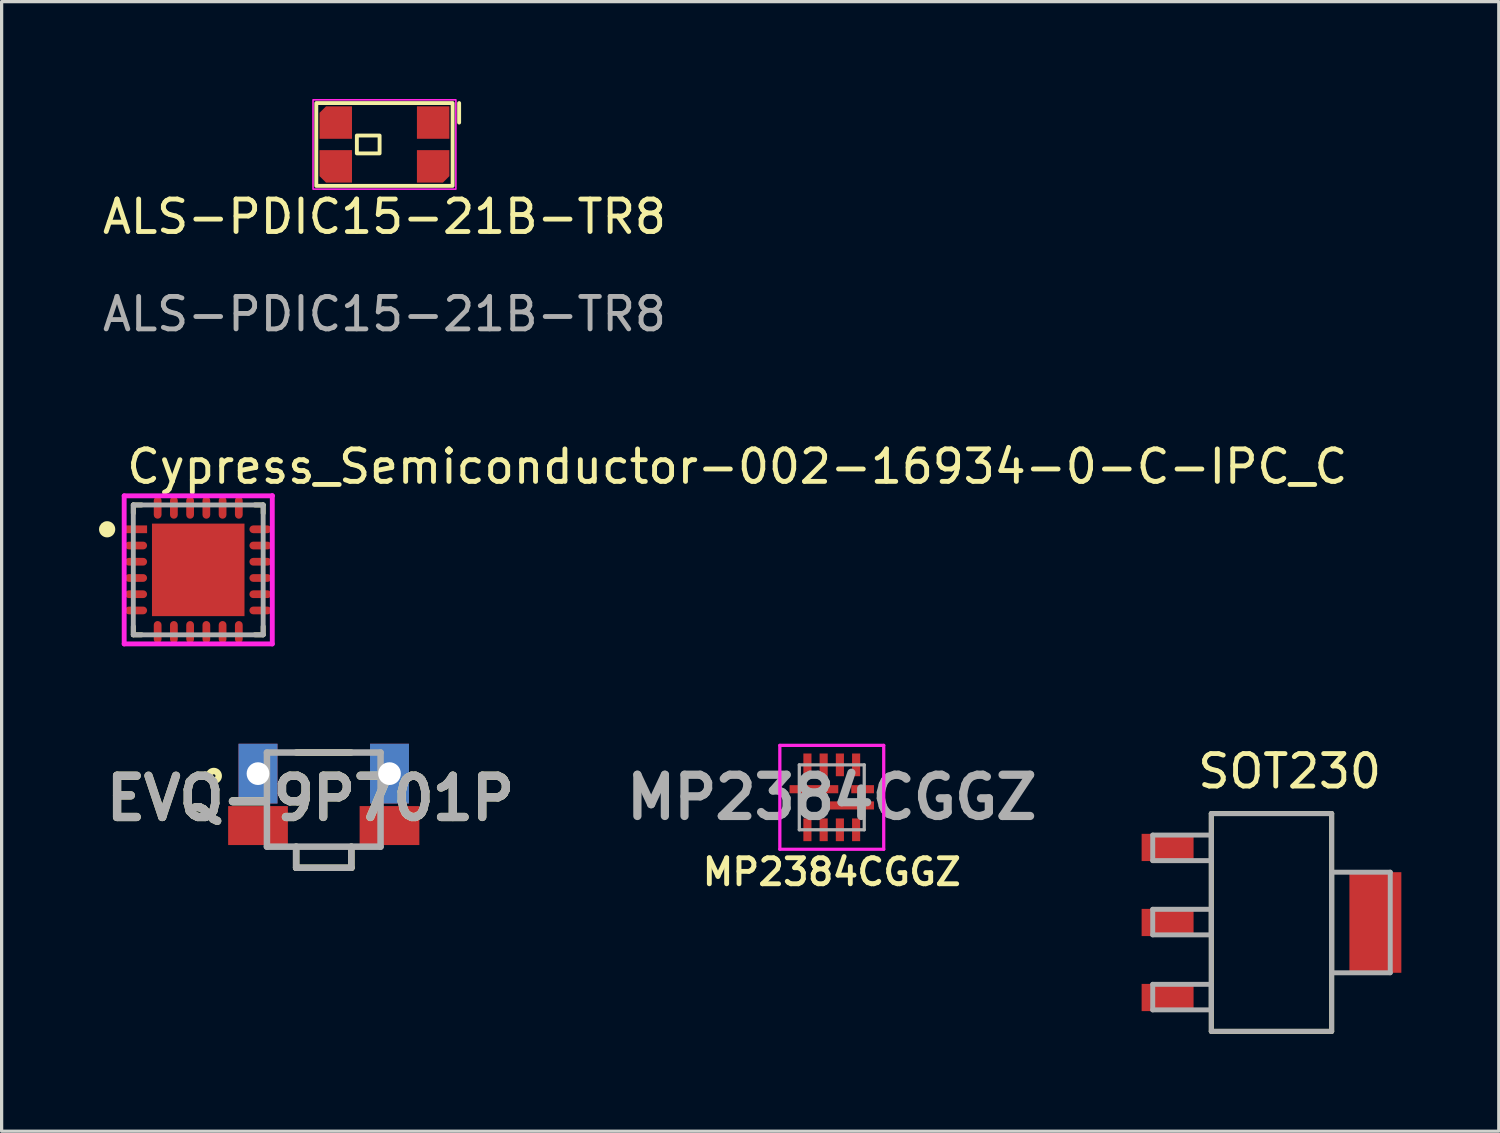
<source format=kicad_pcb>
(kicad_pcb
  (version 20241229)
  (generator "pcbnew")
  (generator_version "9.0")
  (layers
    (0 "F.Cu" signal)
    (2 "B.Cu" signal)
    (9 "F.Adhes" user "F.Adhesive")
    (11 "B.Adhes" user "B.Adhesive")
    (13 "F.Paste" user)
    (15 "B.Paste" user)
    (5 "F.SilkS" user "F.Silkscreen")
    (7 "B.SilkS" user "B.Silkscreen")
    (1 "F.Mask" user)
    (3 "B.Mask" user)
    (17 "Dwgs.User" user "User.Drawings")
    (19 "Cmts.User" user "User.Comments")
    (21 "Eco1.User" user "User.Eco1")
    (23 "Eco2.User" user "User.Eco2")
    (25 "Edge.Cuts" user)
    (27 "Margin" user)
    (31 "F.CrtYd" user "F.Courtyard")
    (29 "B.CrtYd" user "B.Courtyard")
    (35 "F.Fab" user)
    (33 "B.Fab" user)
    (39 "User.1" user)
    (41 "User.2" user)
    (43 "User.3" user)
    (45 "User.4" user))
  (footprint "Cypress_Semiconductor-002-16934-0-C-IPC_C"
    (layer "F.Cu")
    (at 3.056 14.503)
    (property "Reference" "Cypress_Semiconductor-002-16934-0-C-IPC_C" (at -2.281 -3.181 0) (layer "F.SilkS") (effects (font (size 1 1) (thickness 0.15)) (justify left)))
    (attr through_hole)
    (fp_line (start -2 -2) (end -1.745 -2) (stroke (width 0.15) (type solid)) (layer "F.SilkS"))
    (fp_line (start -2 -1.745) (end -2 -2) (stroke (width 0.15) (type solid)) (layer "F.SilkS"))
    (fp_line (start -2 2) (end -2 1.745) (stroke (width 0.15) (type solid)) (layer "F.SilkS"))
    (fp_line (start -2 2) (end -1.745 2) (stroke (width 0.15) (type solid)) (layer "F.SilkS"))
    (fp_line (start 1.745 -2) (end 2 -2) (stroke (width 0.15) (type solid)) (layer "F.SilkS"))
    (fp_line (start 1.745 2) (end 2 2) (stroke (width 0.15) (type solid)) (layer "F.SilkS"))
    (fp_line (start 2 -1.745) (end 2 -2) (stroke (width 0.15) (type solid)) (layer "F.SilkS"))
    (fp_line (start 2 2) (end 2 1.745) (stroke (width 0.15) (type solid)) (layer "F.SilkS"))
    (fp_circle (center -2.806 -1.25) (end -2.681 -1.25) (stroke (width 0.25) (type solid)) (fill no) (layer "F.SilkS"))
    (fp_poly (pts (xy -0.901 -0.901) (xy 0.901 -0.901) (xy 0.901 0.901) (xy -0.901 0.901)) (stroke (width 0) (type solid)) (fill yes) (layer "F.Paste"))
    (fp_line (start -2.281 -2.281) (end -2.281 2.281) (stroke (width 0.15) (type solid)) (layer "F.CrtYd"))
    (fp_line (start -2.281 2.281) (end 2.281 2.281) (stroke (width 0.15) (type solid)) (layer "F.CrtYd"))
    (fp_line (start 2.281 -2.281) (end -2.281 -2.281) (stroke (width 0.15) (type solid)) (layer "F.CrtYd"))
    (fp_line (start 2.281 -2.281) (end 2.281 -2.281) (stroke (width 0.15) (type solid)) (layer "F.CrtYd"))
    (fp_line (start 2.281 2.281) (end 2.281 -2.281) (stroke (width 0.15) (type solid)) (layer "F.CrtYd"))
    (fp_line (start -2 -2) (end 2 -2) (stroke (width 0.15) (type solid)) (layer "F.Fab"))
    (fp_line (start -2 2) (end -2 -2) (stroke (width 0.15) (type solid)) (layer "F.Fab"))
    (fp_line (start 2 -2) (end 2 2) (stroke (width 0.15) (type solid)) (layer "F.Fab"))
    (fp_line (start 2 2) (end -2 2) (stroke (width 0.15) (type solid)) (layer "F.Fab"))
    (pad "1" smd rect (at -1.916 -1.25) (size 0.681 0.239) (layers "F.Cu" "F.Mask" "F.Paste"))
    (pad "2" smd roundrect (at -1.916 -0.75) (size 0.681 0.239) (layers "F.Cu" "F.Mask" "F.Paste") (roundrect_rratio 0.5))
    (pad "3" smd roundrect (at -1.916 -0.25) (size 0.681 0.239) (layers "F.Cu" "F.Mask" "F.Paste") (roundrect_rratio 0.5))
    (pad "4" smd roundrect (at -1.916 0.25) (size 0.681 0.239) (layers "F.Cu" "F.Mask" "F.Paste") (roundrect_rratio 0.5))
    (pad "5" smd roundrect (at -1.916 0.75) (size 0.681 0.239) (layers "F.Cu" "F.Mask" "F.Paste") (roundrect_rratio 0.5))
    (pad "6" smd roundrect (at -1.916 1.25) (size 0.681 0.239) (layers "F.Cu" "F.Mask" "F.Paste") (roundrect_rratio 0.5))
    (pad "7" smd roundrect (at -1.25 1.916) (size 0.239 0.681) (layers "F.Cu" "F.Mask" "F.Paste") (roundrect_rratio 0.5))
    (pad "8" smd roundrect (at -0.75 1.916) (size 0.239 0.681) (layers "F.Cu" "F.Mask" "F.Paste") (roundrect_rratio 0.5))
    (pad "9" smd roundrect (at -0.25 1.916) (size 0.239 0.681) (layers "F.Cu" "F.Mask" "F.Paste") (roundrect_rratio 0.5))
    (pad "10" smd roundrect (at 0.25 1.916) (size 0.239 0.681) (layers "F.Cu" "F.Mask" "F.Paste") (roundrect_rratio 0.5))
    (pad "11" smd roundrect (at 0.75 1.916) (size 0.239 0.681) (layers "F.Cu" "F.Mask" "F.Paste") (roundrect_rratio 0.5))
    (pad "12" smd roundrect (at 1.25 1.916) (size 0.239 0.681) (layers "F.Cu" "F.Mask" "F.Paste") (roundrect_rratio 0.5))
    (pad "13" smd roundrect (at 1.916 1.25) (size 0.681 0.239) (layers "F.Cu" "F.Mask" "F.Paste") (roundrect_rratio 0.5))
    (pad "14" smd roundrect (at 1.916 0.75) (size 0.681 0.239) (layers "F.Cu" "F.Mask" "F.Paste") (roundrect_rratio 0.5))
    (pad "15" smd roundrect (at 1.916 0.25) (size 0.681 0.239) (layers "F.Cu" "F.Mask" "F.Paste") (roundrect_rratio 0.5))
    (pad "16" smd roundrect (at 1.916 -0.25) (size 0.681 0.239) (layers "F.Cu" "F.Mask" "F.Paste") (roundrect_rratio 0.5))
    (pad "17" smd roundrect (at 1.916 -0.75) (size 0.681 0.239) (layers "F.Cu" "F.Mask" "F.Paste") (roundrect_rratio 0.5))
    (pad "18" smd roundrect (at 1.916 -1.25) (size 0.681 0.239) (layers "F.Cu" "F.Mask" "F.Paste") (roundrect_rratio 0.5))
    (pad "19" smd roundrect (at 1.25 -1.916) (size 0.239 0.681) (layers "F.Cu" "F.Mask" "F.Paste") (roundrect_rratio 0.5))
    (pad "20" smd roundrect (at 0.75 -1.916) (size 0.239 0.681) (layers "F.Cu" "F.Mask" "F.Paste") (roundrect_rratio 0.5))
    (pad "21" smd roundrect (at 0.25 -1.916) (size 0.239 0.681) (layers "F.Cu" "F.Mask" "F.Paste") (roundrect_rratio 0.5))
    (pad "22" smd roundrect (at -0.25 -1.916) (size 0.239 0.681) (layers "F.Cu" "F.Mask" "F.Paste") (roundrect_rratio 0.5))
    (pad "23" smd roundrect (at -0.75 -1.916) (size 0.239 0.681) (layers "F.Cu" "F.Mask" "F.Paste") (roundrect_rratio 0.5))
    (pad "24" smd roundrect (at -1.25 -1.916) (size 0.239 0.681) (layers "F.Cu" "F.Mask" "F.Paste") (roundrect_rratio 0.5))
    (pad "25" smd rect (at 0 0) (size 2.85 2.85) (layers "F.Cu" "F.Mask")))
  (footprint "MP2384CGGZ"
    (layer "F.Cu")
    (at 22.57 21.509)
    (property "Reference" "MP2384CGGZ" (at 0 2.3 0) (layer "F.SilkS") (effects (font (size 0.8 0.8) (thickness 0.15) (bold yes))))
    (attr smd)
    (fp_line (start -1.7 -0.25) (end -1.7 -0.25) (stroke (width 0.1) (type solid)) (layer "F.SilkS"))
    (fp_line (start -1.6 -0.25) (end -1.6 -0.25) (stroke (width 0.1) (type solid)) (layer "F.SilkS"))
    (fp_arc (start -1.7 -0.25) (mid -1.65 -0.3) (end -1.6 -0.25) (stroke (width 0.1) (type solid)) (layer "F.SilkS"))
    (fp_arc (start -1.6 -0.25) (mid -1.65 -0.2) (end -1.7 -0.25) (stroke (width 0.1) (type solid)) (layer "F.SilkS"))
    (fp_line (start -1.6 -1.6) (end 1.6 -1.6) (stroke (width 0.1) (type solid)) (layer "F.CrtYd"))
    (fp_line (start -1.6 1.6) (end -1.6 -1.6) (stroke (width 0.1) (type solid)) (layer "F.CrtYd"))
    (fp_line (start 1.6 -1.6) (end 1.6 1.6) (stroke (width 0.1) (type solid)) (layer "F.CrtYd"))
    (fp_line (start 1.6 1.6) (end -1.6 1.6) (stroke (width 0.1) (type solid)) (layer "F.CrtYd"))
    (fp_line (start -1 -1) (end 1 -1) (stroke (width 0.1) (type solid)) (layer "F.Fab"))
    (fp_line (start -1 1) (end -1 -1) (stroke (width 0.1) (type solid)) (layer "F.Fab"))
    (fp_line (start 1 -1) (end 1 1) (stroke (width 0.1) (type solid)) (layer "F.Fab"))
    (fp_line (start 1 1) (end -1 1) (stroke (width 0.1) (type solid)) (layer "F.Fab"))
    (fp_text user "${REFERENCE}" (at 0 0 0) (layer "F.Fab") (effects (font (size 1.27 1.27) (thickness 0.254))))
    (pad "1" smd rect (at -0.55 -0.25 90) (size 0.25 1.5) (layers "F.Cu" "F.Mask" "F.Paste"))
    (pad "2" smd rect (at -0.75 1) (size 0.25 0.7) (layers "F.Cu" "F.Mask" "F.Paste"))
    (pad "3" smd rect (at -0.25 1) (size 0.25 0.7) (layers "F.Cu" "F.Mask" "F.Paste"))
    (pad "4" smd rect (at 0.25 1) (size 0.25 0.7) (layers "F.Cu" "F.Mask" "F.Paste"))
    (pad "5" smd rect (at 0.75 1) (size 0.25 0.7) (layers "F.Cu" "F.Mask" "F.Paste"))
    (pad "6" smd rect (at 0.55 0.25 90) (size 0.25 1.5) (layers "F.Cu" "F.Mask" "F.Paste"))
    (pad "7" smd rect (at 0.95 -0.25 90) (size 0.25 0.7) (layers "F.Cu" "F.Mask" "F.Paste"))
    (pad "8" smd rect (at 0.75 -1) (size 0.25 0.7) (layers "F.Cu" "F.Mask" "F.Paste"))
    (pad "9" smd rect (at 0.25 -1) (size 0.25 0.7) (layers "F.Cu" "F.Mask" "F.Paste"))
    (pad "10" smd rect (at -0.25 -1) (size 0.25 0.7) (layers "F.Cu" "F.Mask" "F.Paste"))
    (pad "11" smd rect (at -0.75 -1) (size 0.25 0.7) (layers "F.Cu" "F.Mask" "F.Paste")))
  (footprint "SOT230"
    (layer "F.Cu")
    (at 36.114 25.364)
    (property "Reference" "SOT230" (at 0.56 -4.657 0) (layer "F.SilkS") (effects (font (size 1 1) (thickness 0.15))))
    (attr smd)
    (fp_line (start -1.854 -3.353) (end -1.854 3.353) (stroke (width 0.152) (type solid)) (layer "F.SilkS"))
    (fp_line (start -1.854 3.353) (end 1.854 3.353) (stroke (width 0.152) (type solid)) (layer "F.SilkS"))
    (fp_line (start 1.854 -3.353) (end -1.854 -3.353) (stroke (width 0.152) (type solid)) (layer "F.SilkS"))
    (fp_line (start 1.854 3.353) (end 1.854 -3.353) (stroke (width 0.152) (type solid)) (layer "F.SilkS"))
    (fp_line (start -3.658 -2.692) (end -3.658 -1.905) (stroke (width 0.152) (type solid)) (layer "F.Fab"))
    (fp_line (start -3.658 -1.905) (end -1.854 -1.905) (stroke (width 0.152) (type solid)) (layer "F.Fab"))
    (fp_line (start -3.658 -0.406) (end -3.658 0.381) (stroke (width 0.152) (type solid)) (layer "F.Fab"))
    (fp_line (start -3.658 0.381) (end -1.854 0.381) (stroke (width 0.152) (type solid)) (layer "F.Fab"))
    (fp_line (start -3.658 1.905) (end -3.658 2.692) (stroke (width 0.152) (type solid)) (layer "F.Fab"))
    (fp_line (start -3.658 2.692) (end -1.854 2.692) (stroke (width 0.152) (type solid)) (layer "F.Fab"))
    (fp_line (start -1.854 -3.353) (end -1.854 3.353) (stroke (width 0.152) (type solid)) (layer "F.Fab"))
    (fp_line (start -1.854 -2.692) (end -3.658 -2.692) (stroke (width 0.152) (type solid)) (layer "F.Fab"))
    (fp_line (start -1.854 -1.905) (end -1.854 -2.692) (stroke (width 0.152) (type solid)) (layer "F.Fab"))
    (fp_line (start -1.854 -0.406) (end -3.658 -0.406) (stroke (width 0.152) (type solid)) (layer "F.Fab"))
    (fp_line (start -1.854 0.381) (end -1.854 -0.406) (stroke (width 0.152) (type solid)) (layer "F.Fab"))
    (fp_line (start -1.854 1.905) (end -3.658 1.905) (stroke (width 0.152) (type solid)) (layer "F.Fab"))
    (fp_line (start -1.854 2.692) (end -1.854 1.905) (stroke (width 0.152) (type solid)) (layer "F.Fab"))
    (fp_line (start -1.854 3.353) (end 1.854 3.353) (stroke (width 0.152) (type solid)) (layer "F.Fab"))
    (fp_line (start 1.854 -3.353) (end -1.854 -3.353) (stroke (width 0.152) (type solid)) (layer "F.Fab"))
    (fp_line (start 1.854 -1.549) (end 1.854 1.549) (stroke (width 0.152) (type solid)) (layer "F.Fab"))
    (fp_line (start 1.854 1.549) (end 3.658 1.549) (stroke (width 0.152) (type solid)) (layer "F.Fab"))
    (fp_line (start 1.854 3.353) (end 1.854 -3.353) (stroke (width 0.152) (type solid)) (layer "F.Fab"))
    (fp_line (start 3.658 -1.549) (end 1.854 -1.549) (stroke (width 0.152) (type solid)) (layer "F.Fab"))
    (fp_line (start 3.658 1.549) (end 3.658 -1.549) (stroke (width 0.152) (type solid)) (layer "F.Fab"))
    (pad "1" smd rect (at -3.2 -2.311) (size 1.6 0.838) (layers "F.Cu" "F.Mask" "F.Paste"))
    (pad "2" smd rect (at -3.2 0) (size 1.6 0.838) (layers "F.Cu" "F.Mask" "F.Paste"))
    (pad "3" smd rect (at -3.2 2.311) (size 1.6 0.838) (layers "F.Cu" "F.Mask" "F.Paste"))
    (pad "4" smd rect (at 3.2 0) (size 1.6 3.099) (layers "F.Cu" "F.Mask" "F.Paste")))
  (footprint "EVQ-9P701P"
    (layer "F.Cu")
    (at 6.922 21.579)
    (property "Reference" "EVQ-9P701P" (at -0.409 -0.039 0) (layer "F.SilkS") (effects (font (size 1.27 1.27) (thickness 0.254))))
    (attr through_hole)
    (fp_line (start -0.85 1.45) (end -0.85 2.1) (stroke (width 0.2) (type solid)) (layer "F.SilkS"))
    (fp_line (start -0.85 2.1) (end 0.85 2.1) (stroke (width 0.2) (type solid)) (layer "F.SilkS"))
    (fp_line (start -0.842 -1.45) (end 0.842 -1.45) (stroke (width 0.2) (type solid)) (layer "F.SilkS"))
    (fp_line (start 0.85 2.1) (end 0.85 1.45) (stroke (width 0.2) (type solid)) (layer "F.SilkS"))
    (fp_circle (center -3.387 -0.729) (end -3.387 -0.678) (stroke (width 0.2) (type solid)) (fill no) (layer "F.SilkS"))
    (fp_line (start -1.75 -1.45) (end 1.75 -1.45) (stroke (width 0.2) (type solid)) (layer "F.Fab"))
    (fp_line (start -1.75 1.45) (end -1.75 -1.45) (stroke (width 0.2) (type solid)) (layer "F.Fab"))
    (fp_line (start -0.85 1.45) (end -0.85 2.1) (stroke (width 0.2) (type solid)) (layer "F.Fab"))
    (fp_line (start -0.85 2.1) (end 0.85 2.1) (stroke (width 0.2) (type solid)) (layer "F.Fab"))
    (fp_line (start 0.85 2.1) (end 0.85 1.45) (stroke (width 0.2) (type solid)) (layer "F.Fab"))
    (fp_line (start 1.75 -1.45) (end 1.75 1.45) (stroke (width 0.2) (type solid)) (layer "F.Fab"))
    (fp_line (start 1.75 1.45) (end -1.75 1.45) (stroke (width 0.2) (type solid)) (layer "F.Fab"))
    (fp_text user "${REFERENCE}" (at -0.409 -0.039 0) (layer "F.Fab") (effects (font (size 1.27 1.27) (thickness 0.254))))
    (pad "1" thru_hole rect (at -2.025 -0.8) (size 1.2 1.84) (drill 0.7) (layers "*.Cu" "*.Mask"))
    (pad "2" smd rect (at -2.025 0.8 90) (size 1.2 1.84) (layers "F.Cu" "F.Mask" "F.Paste"))
    (pad "3" smd rect (at 2.025 0.8 90) (size 1.2 1.84) (layers "F.Cu" "F.Mask" "F.Paste"))
    (pad "4" thru_hole rect (at 2.025 -0.8) (size 1.2 1.84) (drill 0.7) (layers "*.Cu" "*.Mask")))
  (footprint "ALS-PDIC15-21B-TR8"
    (layer "F.Cu")
    (at 8.792 4.125)
    (property "Reference" "ALS-PDIC15-21B-TR8" (at 0 -0.5 0) (unlocked yes) (layer "F.SilkS") (effects (font (size 1 1) (thickness 0.15))))
    (attr smd)
    (fp_line (start 2.3 -4) (end 2.3 -3.4) (stroke (width 0.12) (type default)) (layer "F.SilkS"))
    (fp_rect (start -2.1 -4) (end 2.1 -1.45) (stroke (width 0.12) (type default)) (fill no) (layer "F.SilkS"))
    (fp_rect (start -0.85 -3) (end -0.15 -2.45) (stroke (width 0.12) (type default)) (fill no) (layer "F.SilkS"))
    (fp_rect (start -2.2 -4.1) (end 2.2 -1.35) (stroke (width 0.05) (type default)) (fill no) (layer "F.CrtYd"))
    (fp_text user "${REFERENCE}" (at 0 2.5 0) (unlocked yes) (layer "F.Fab") (effects (font (size 1 1) (thickness 0.15))))
    (pad "1" smd roundrect (at 1.5 -3.4) (size 1 1) (layers "F.Cu" "F.Mask" "F.Paste") (roundrect_rratio 0) (chamfer_ratio 0.2) (chamfer))
    (pad "2" smd roundrect (at 1.5 -2.05) (size 1 1) (layers "F.Cu" "F.Mask" "F.Paste") (roundrect_rratio 0) (chamfer_ratio 0.2) (chamfer bottom_right))
    (pad "3" smd roundrect (at -1.5 -3.4) (size 1 1) (layers "F.Cu" "F.Mask" "F.Paste") (roundrect_rratio 0) (chamfer_ratio 0.2) (chamfer top_left))
    (pad "4" smd roundrect (at -1.5 -2.05) (size 1 1) (layers "F.Cu" "F.Mask" "F.Paste") (roundrect_rratio 0) (chamfer_ratio 0.2) (chamfer bottom_left)))
  (gr_rect
    (start -3 -3)
    (end 43.115 31.793)
    (stroke (width 0.1) (type default))
    (fill no)
    (layer "Edge.Cuts")))
</source>
